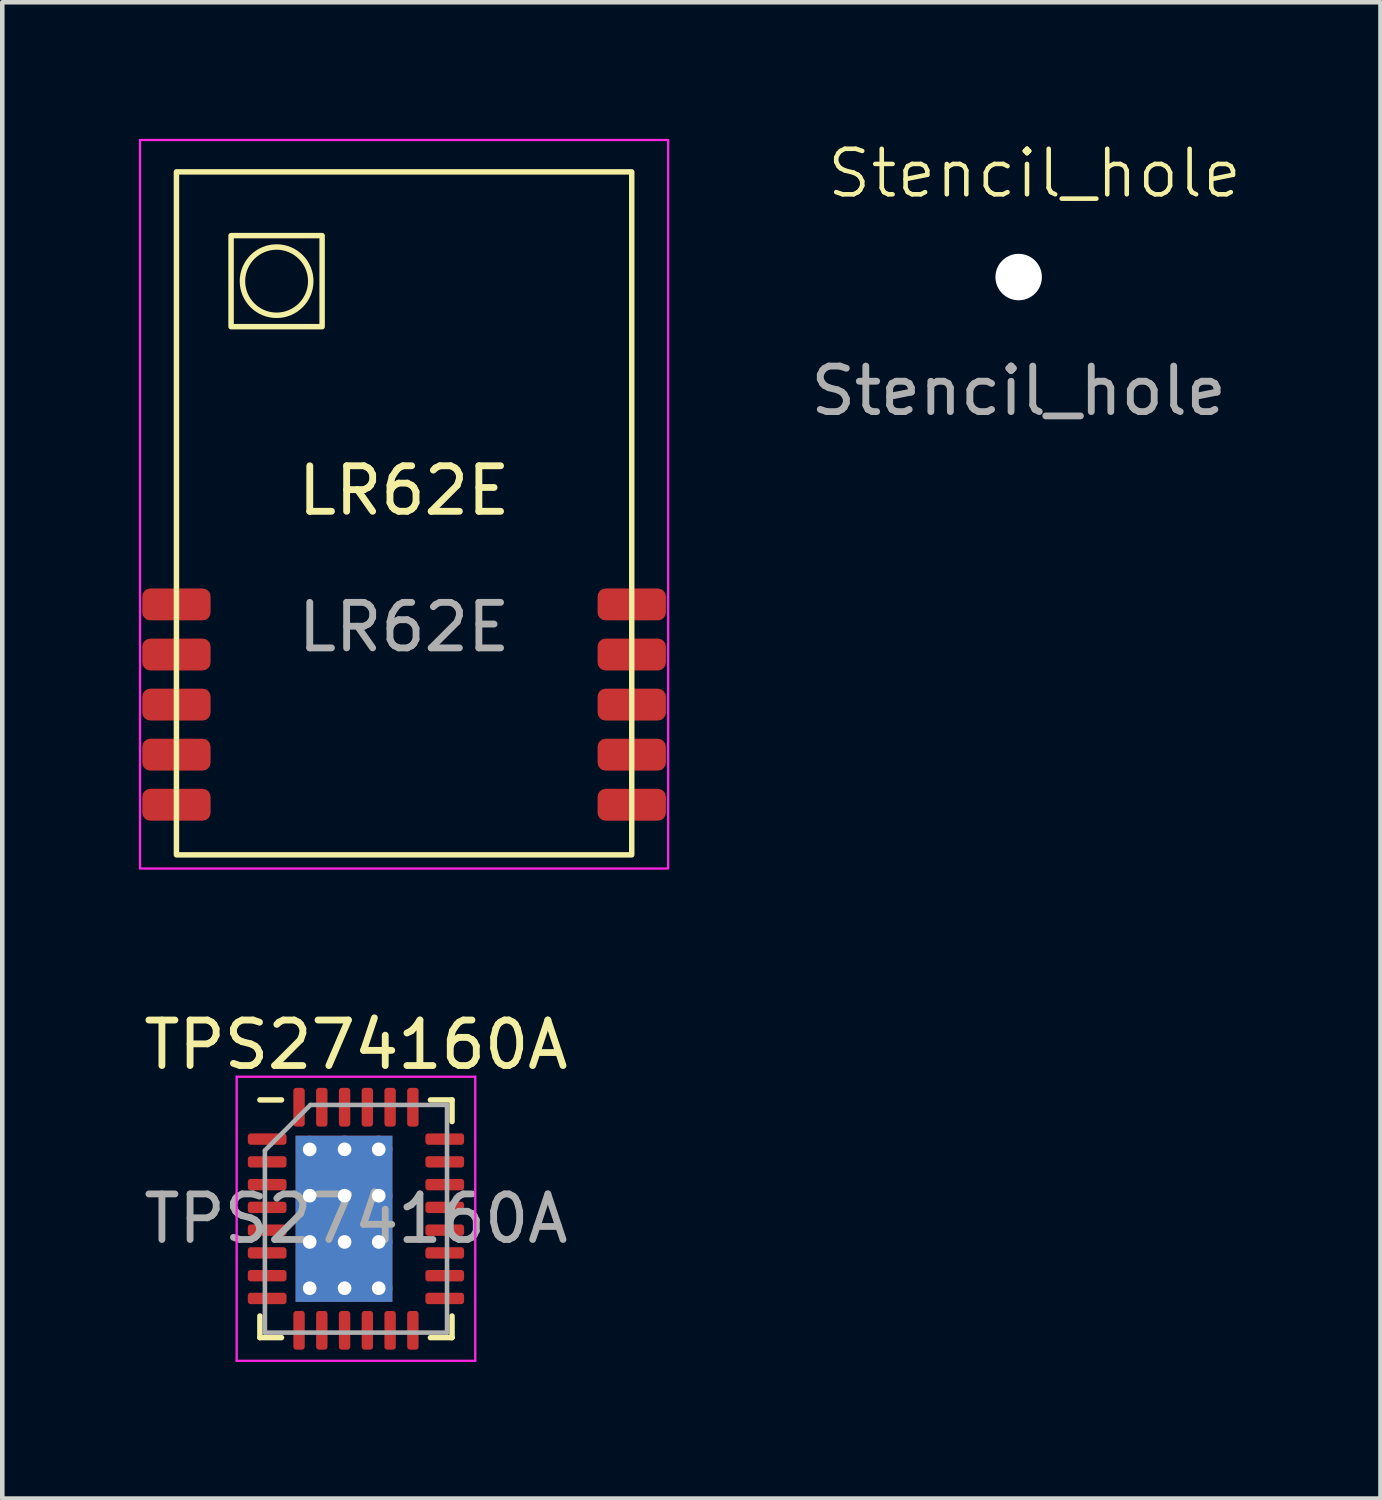
<source format=kicad_pcb>
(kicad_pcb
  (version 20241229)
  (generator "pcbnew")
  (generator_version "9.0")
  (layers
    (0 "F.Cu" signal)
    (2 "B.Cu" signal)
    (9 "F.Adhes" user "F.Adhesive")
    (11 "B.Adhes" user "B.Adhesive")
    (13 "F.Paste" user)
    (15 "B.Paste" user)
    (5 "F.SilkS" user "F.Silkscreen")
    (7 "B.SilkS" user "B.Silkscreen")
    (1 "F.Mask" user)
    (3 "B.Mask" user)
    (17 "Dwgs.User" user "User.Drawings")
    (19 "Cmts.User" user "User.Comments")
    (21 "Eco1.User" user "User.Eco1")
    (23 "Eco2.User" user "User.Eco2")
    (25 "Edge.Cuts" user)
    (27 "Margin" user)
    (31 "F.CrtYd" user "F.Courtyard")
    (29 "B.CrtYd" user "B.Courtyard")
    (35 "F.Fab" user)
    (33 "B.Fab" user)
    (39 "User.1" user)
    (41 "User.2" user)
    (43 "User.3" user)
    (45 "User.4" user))
  (footprint "Stencil_hole"
    (layer "F.Cu")
    (at 19.323 3.035)
    (property "Reference" "Stencil_hole" (at 0.35 -2.275 0) (unlocked yes) (layer "F.SilkS") (effects (font (size 1 1) (thickness 0.1))))
    (attr smd)
    (fp_circle (center 0 0) (end 0.51 0) (stroke (width 0) (type solid)) (fill yes) (layer "F.Paste"))
    (fp_text user "${REFERENCE}" (at 0 2.5 0) (unlocked yes) (layer "F.Fab") (effects (font (size 1 1) (thickness 0.15))))
    (pad "" np_thru_hole circle (at 0 0) (size 1.02 1.02) (drill 1.02) (layers "*.Cu" "*.Mask")))
  (footprint "TPS274160A"
    (layer "F.Cu")
    (at 4.768 23.718)
    (property "Reference" "TPS274160A" (at 0 -3.82 0) (layer "F.SilkS") (effects (font (size 1 1) (thickness 0.15))))
    (attr smd)
    (fp_line (start -2.11 2.61) (end -2.11 2.135) (stroke (width 0.12) (type solid)) (layer "F.SilkS"))
    (fp_line (start -1.635 -2.61) (end -2.11 -2.61) (stroke (width 0.12) (type solid)) (layer "F.SilkS"))
    (fp_line (start -1.635 2.61) (end -2.11 2.61) (stroke (width 0.12) (type solid)) (layer "F.SilkS"))
    (fp_line (start 1.635 -2.61) (end 2.11 -2.61) (stroke (width 0.12) (type solid)) (layer "F.SilkS"))
    (fp_line (start 1.635 2.61) (end 2.11 2.61) (stroke (width 0.12) (type solid)) (layer "F.SilkS"))
    (fp_line (start 2.11 -2.61) (end 2.11 -2.135) (stroke (width 0.12) (type solid)) (layer "F.SilkS"))
    (fp_line (start 2.11 2.61) (end 2.11 2.135) (stroke (width 0.12) (type solid)) (layer "F.SilkS"))
    (fp_line (start -2.62 -3.12) (end -2.62 3.12) (stroke (width 0.05) (type solid)) (layer "F.CrtYd"))
    (fp_line (start -2.62 3.12) (end 2.62 3.12) (stroke (width 0.05) (type solid)) (layer "F.CrtYd"))
    (fp_line (start 2.62 -3.12) (end -2.62 -3.12) (stroke (width 0.05) (type solid)) (layer "F.CrtYd"))
    (fp_line (start 2.62 3.12) (end 2.62 -3.12) (stroke (width 0.05) (type solid)) (layer "F.CrtYd"))
    (fp_line (start -2 -1.5) (end -1 -2.5) (stroke (width 0.1) (type solid)) (layer "F.Fab"))
    (fp_line (start -2 2.5) (end -2 -1.5) (stroke (width 0.1) (type solid)) (layer "F.Fab"))
    (fp_line (start -1 -2.5) (end 2 -2.5) (stroke (width 0.1) (type solid)) (layer "F.Fab"))
    (fp_line (start 2 -2.5) (end 2 2.5) (stroke (width 0.1) (type solid)) (layer "F.Fab"))
    (fp_line (start 2 2.5) (end -2 2.5) (stroke (width 0.1) (type solid)) (layer "F.Fab"))
    (fp_text user "${REFERENCE}" (at 0 0 0) (layer "F.Fab") (effects (font (size 1 1) (thickness 0.15))))
    (pad "1" smd roundrect (at -1.95 -1.75) (size 0.85 0.25) (layers "F.Cu" "F.Mask" "F.Paste") (roundrect_rratio 0.25))
    (pad "2" smd roundrect (at -1.95 -1.25) (size 0.85 0.25) (layers "F.Cu" "F.Mask" "F.Paste") (roundrect_rratio 0.25))
    (pad "3" smd roundrect (at -1.95 -0.75) (size 0.85 0.25) (layers "F.Cu" "F.Mask" "F.Paste") (roundrect_rratio 0.25))
    (pad "4" smd roundrect (at -1.95 -0.25) (size 0.85 0.25) (layers "F.Cu" "F.Mask" "F.Paste") (roundrect_rratio 0.25))
    (pad "5" smd roundrect (at -1.95 0.25) (size 0.85 0.25) (layers "F.Cu" "F.Mask" "F.Paste") (roundrect_rratio 0.25))
    (pad "6" smd roundrect (at -1.95 0.75) (size 0.85 0.25) (layers "F.Cu" "F.Mask" "F.Paste") (roundrect_rratio 0.25))
    (pad "7" smd roundrect (at -1.95 1.25) (size 0.85 0.25) (layers "F.Cu" "F.Mask" "F.Paste") (roundrect_rratio 0.25))
    (pad "8" smd roundrect (at -1.95 1.75) (size 0.85 0.25) (layers "F.Cu" "F.Mask" "F.Paste") (roundrect_rratio 0.25))
    (pad "9" smd roundrect (at -1.25 2.45) (size 0.25 0.85) (layers "F.Cu" "F.Mask" "F.Paste") (roundrect_rratio 0.25))
    (pad "10" smd roundrect (at -0.75 2.45) (size 0.25 0.85) (layers "F.Cu" "F.Mask" "F.Paste") (roundrect_rratio 0.25))
    (pad "11" smd roundrect (at -0.25 2.45) (size 0.25 0.85) (layers "F.Cu" "F.Mask" "F.Paste") (roundrect_rratio 0.25))
    (pad "12" smd roundrect (at 0.25 2.45) (size 0.25 0.85) (layers "F.Cu" "F.Mask" "F.Paste") (roundrect_rratio 0.25))
    (pad "13" smd roundrect (at 0.75 2.45) (size 0.25 0.85) (layers "F.Cu" "F.Mask" "F.Paste") (roundrect_rratio 0.25))
    (pad "14" smd roundrect (at 1.25 2.45) (size 0.25 0.85) (layers "F.Cu" "F.Mask" "F.Paste") (roundrect_rratio 0.25))
    (pad "15" smd roundrect (at 1.95 1.75) (size 0.85 0.25) (layers "F.Cu" "F.Mask" "F.Paste") (roundrect_rratio 0.25))
    (pad "16" smd roundrect (at 1.95 1.25) (size 0.85 0.25) (layers "F.Cu" "F.Mask" "F.Paste") (roundrect_rratio 0.25))
    (pad "17" smd roundrect (at 1.95 0.75) (size 0.85 0.25) (layers "F.Cu" "F.Mask" "F.Paste") (roundrect_rratio 0.25))
    (pad "18" smd roundrect (at 1.95 0.25) (size 0.85 0.25) (layers "F.Cu" "F.Mask" "F.Paste") (roundrect_rratio 0.25))
    (pad "19" smd roundrect (at 1.95 -0.25) (size 0.85 0.25) (layers "F.Cu" "F.Mask" "F.Paste") (roundrect_rratio 0.25))
    (pad "20" smd roundrect (at 1.95 -0.75) (size 0.85 0.25) (layers "F.Cu" "F.Mask" "F.Paste") (roundrect_rratio 0.25))
    (pad "21" smd roundrect (at 1.95 -1.25) (size 0.85 0.25) (layers "F.Cu" "F.Mask" "F.Paste") (roundrect_rratio 0.25))
    (pad "22" smd roundrect (at 1.95 -1.75) (size 0.85 0.25) (layers "F.Cu" "F.Mask" "F.Paste") (roundrect_rratio 0.25))
    (pad "23" smd roundrect (at 1.25 -2.45) (size 0.25 0.85) (layers "F.Cu" "F.Mask" "F.Paste") (roundrect_rratio 0.25))
    (pad "24" smd roundrect (at 0.75 -2.45) (size 0.25 0.85) (layers "F.Cu" "F.Mask" "F.Paste") (roundrect_rratio 0.25))
    (pad "25" smd roundrect (at 0.25 -2.45) (size 0.25 0.85) (layers "F.Cu" "F.Mask" "F.Paste") (roundrect_rratio 0.25))
    (pad "26" smd roundrect (at -0.25 -2.45) (size 0.25 0.85) (layers "F.Cu" "F.Mask" "F.Paste") (roundrect_rratio 0.25))
    (pad "27" smd roundrect (at -0.75 -2.45) (size 0.25 0.85) (layers "F.Cu" "F.Mask" "F.Paste") (roundrect_rratio 0.25))
    (pad "28" smd roundrect (at -1.25 -2.45) (size 0.25 0.85) (layers "F.Cu" "F.Mask" "F.Paste") (roundrect_rratio 0.25))
    (pad "29" thru_hole circle (at -1.016 -1.523) (size 0.6 0.6) (drill 0.3) (layers "*.Cu"))
    (pad "29" thru_hole circle (at -1.016 -0.507) (size 0.6 0.6) (drill 0.3) (layers "*.Cu"))
    (pad "29" thru_hole circle (at -1.016 0.509) (size 0.6 0.6) (drill 0.3) (layers "*.Cu"))
    (pad "29" thru_hole circle (at -1.016 1.525) (size 0.6 0.6) (drill 0.3) (layers "*.Cu"))
    (pad "29" smd rect (at -0.263 0) (size 2.125 3.65) (layers "F.Cu" "F.Mask"))
    (pad "29" smd rect (at -0.263 0.001) (size 2.125 3.648) (layers "B.Cu"))
    (pad "29" thru_hole circle (at -0.25 -1.525) (size 0.6 0.6) (drill 0.3) (layers "*.Cu"))
    (pad "29" thru_hole circle (at -0.25 -0.507) (size 0.6 0.6) (drill 0.3) (layers "*.Cu"))
    (pad "29" thru_hole circle (at -0.25 0.509) (size 0.6 0.6) (drill 0.3) (layers "*.Cu"))
    (pad "29" thru_hole circle (at -0.25 1.525) (size 0.6 0.6) (drill 0.3) (layers "*.Cu"))
    (pad "29" thru_hole circle (at 0.5 -1.525) (size 0.6 0.6) (drill 0.3) (layers "*.Cu"))
    (pad "29" thru_hole circle (at 0.5 -0.507) (size 0.6 0.6) (drill 0.3) (layers "*.Cu"))
    (pad "29" thru_hole circle (at 0.5 0.509) (size 0.6 0.6) (drill 0.3) (layers "*.Cu"))
    (pad "29" thru_hole circle (at 0.5 1.525) (size 0.6 0.6) (drill 0.3) (layers "*.Cu")))
  (footprint "LR62E"
    (layer "F.Cu")
    (at 5.825 8.225)
    (property "Reference" "LR62E" (at 0 -0.5 0) (unlocked yes) (layer "F.SilkS") (effects (font (size 1 1) (thickness 0.15))))
    (attr smd)
    (fp_rect (start -5 -7.5) (end 5 7.5) (stroke (width 0.12) (type default)) (fill no) (layer "F.SilkS"))
    (fp_rect (start -3.8 -6.1) (end -1.8 -4.1) (stroke (width 0.12) (type default)) (fill no) (layer "F.SilkS"))
    (fp_circle (center -2.8 -5.1) (end -2.05 -5.1) (stroke (width 0.12) (type default)) (fill no) (layer "F.SilkS"))
    (fp_rect (start -5.8 -8.2) (end 5.8 7.8) (stroke (width 0.05) (type default)) (fill no) (layer "F.CrtYd"))
    (fp_text user "${REFERENCE}" (at 0 2.5 0) (unlocked yes) (layer "F.Fab") (effects (font (size 1 1) (thickness 0.15))))
    (pad "1" smd roundrect (at -5 2) (size 1.5 0.7) (layers "F.Cu" "F.Mask" "F.Paste") (roundrect_rratio 0.25))
    (pad "2" smd roundrect (at -5 3.1) (size 1.5 0.7) (layers "F.Cu" "F.Mask" "F.Paste") (roundrect_rratio 0.25))
    (pad "3" smd roundrect (at -5 4.2) (size 1.5 0.7) (layers "F.Cu" "F.Mask" "F.Paste") (roundrect_rratio 0.25))
    (pad "4" smd roundrect (at -5 5.3) (size 1.5 0.7) (layers "F.Cu" "F.Mask" "F.Paste") (roundrect_rratio 0.25))
    (pad "5" smd roundrect (at -5 6.4) (size 1.5 0.7) (layers "F.Cu" "F.Mask" "F.Paste") (roundrect_rratio 0.25))
    (pad "6" smd roundrect (at 5 6.4) (size 1.5 0.7) (layers "F.Cu" "F.Mask" "F.Paste") (roundrect_rratio 0.25))
    (pad "7" smd roundrect (at 5 5.3) (size 1.5 0.7) (layers "F.Cu" "F.Mask" "F.Paste") (roundrect_rratio 0.25))
    (pad "8" smd roundrect (at 5 4.2) (size 1.5 0.7) (layers "F.Cu" "F.Mask" "F.Paste") (roundrect_rratio 0.25))
    (pad "9" smd roundrect (at 5 3.1) (size 1.5 0.7) (layers "F.Cu" "F.Mask" "F.Paste") (roundrect_rratio 0.25))
    (pad "10" smd roundrect (at 5 2) (size 1.5 0.7) (layers "F.Cu" "F.Mask" "F.Paste") (roundrect_rratio 0.25)))
  (gr_rect
    (start -3 -3)
    (end 27.27 29.863)
    (stroke (width 0.1) (type default))
    (fill no)
    (layer "Edge.Cuts")))
</source>
